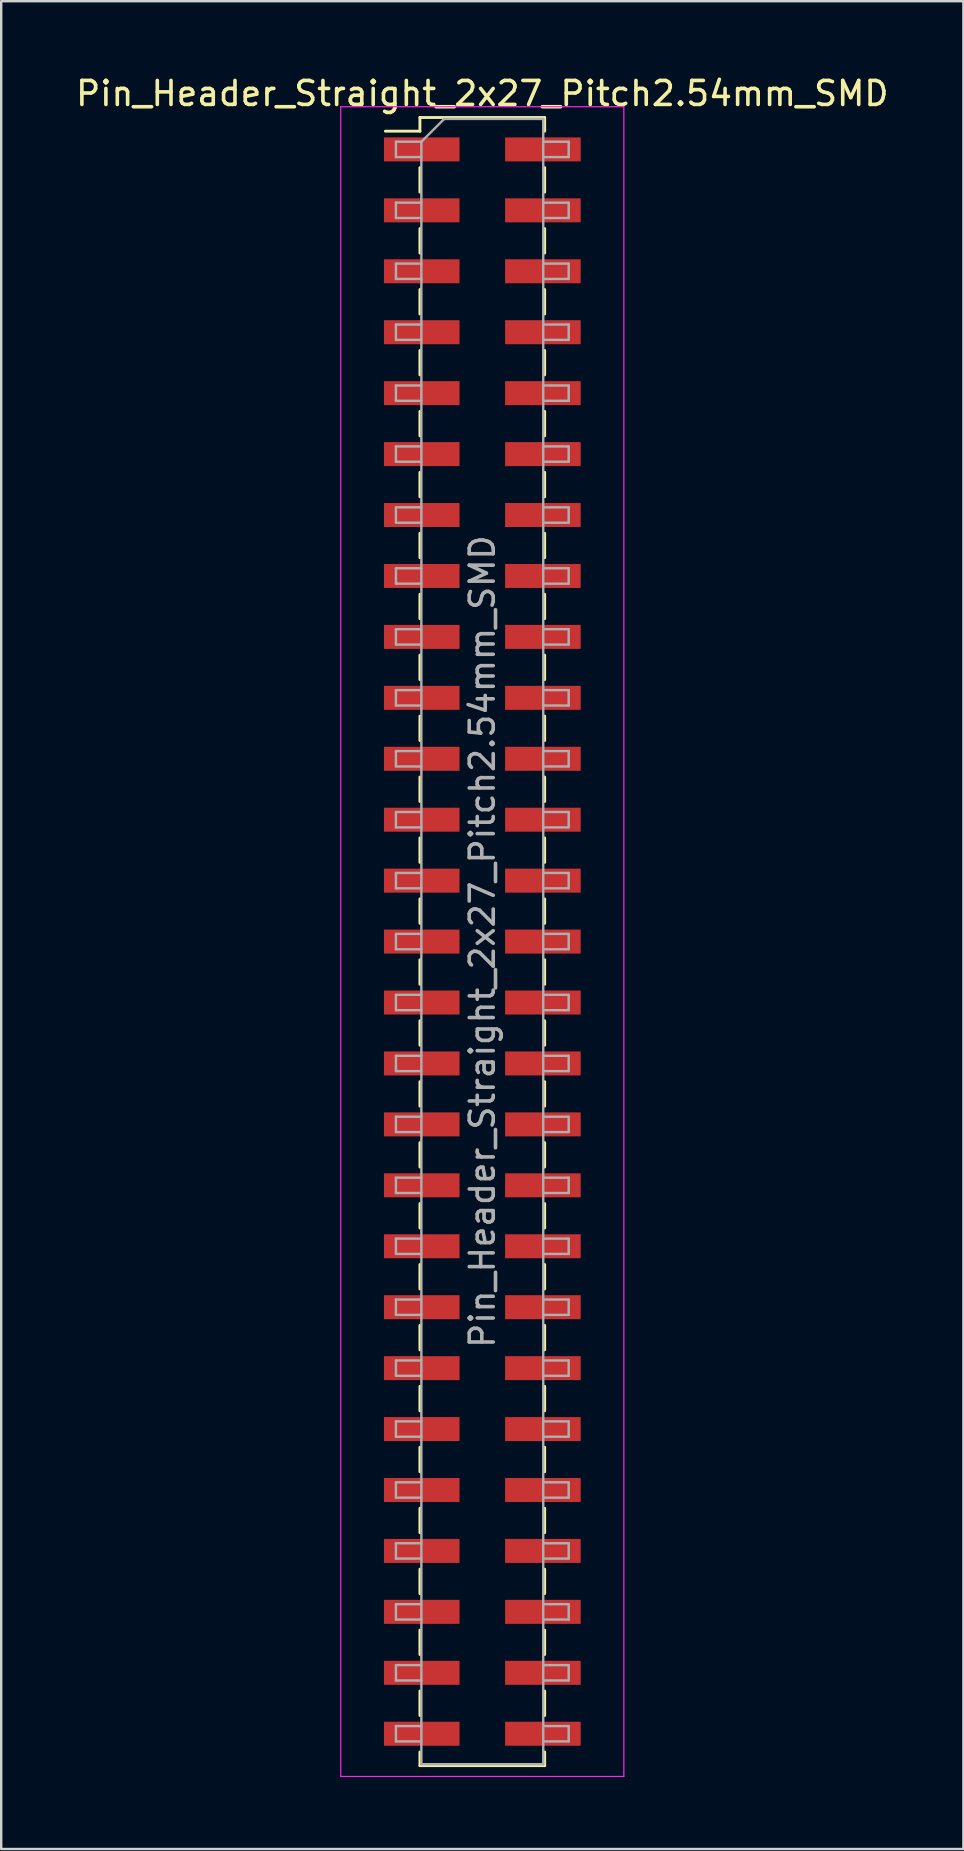
<source format=kicad_pcb>
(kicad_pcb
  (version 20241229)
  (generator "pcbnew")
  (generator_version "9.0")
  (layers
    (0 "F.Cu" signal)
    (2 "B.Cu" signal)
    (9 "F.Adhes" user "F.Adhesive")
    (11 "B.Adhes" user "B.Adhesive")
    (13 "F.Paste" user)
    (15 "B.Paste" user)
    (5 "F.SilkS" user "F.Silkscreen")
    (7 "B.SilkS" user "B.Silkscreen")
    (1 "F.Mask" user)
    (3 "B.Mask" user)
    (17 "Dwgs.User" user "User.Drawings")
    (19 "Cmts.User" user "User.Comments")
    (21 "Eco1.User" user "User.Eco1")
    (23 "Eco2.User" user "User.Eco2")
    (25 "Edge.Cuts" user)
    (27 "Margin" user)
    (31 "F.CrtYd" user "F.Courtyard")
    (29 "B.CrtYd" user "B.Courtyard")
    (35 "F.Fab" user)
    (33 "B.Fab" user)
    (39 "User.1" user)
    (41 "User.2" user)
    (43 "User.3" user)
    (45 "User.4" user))
  (footprint "Pin_Header_Straight_2x27_Pitch2.54mm_SMD"
    (layer "F.Cu")
    (at 17.054 36.198)
    (property "Reference" "Pin_Header_Straight_2x27_Pitch2.54mm_SMD" (at 0 -35.35 0) (layer "F.SilkS") (effects (font (size 1 1) (thickness 0.15))))
    (attr smd)
    (fp_line (start -4.04 -33.78) (end -2.6 -33.78) (stroke (width 0.12) (type solid)) (layer "F.SilkS"))
    (fp_line (start -2.6 -34.35) (end -2.6 -33.78) (stroke (width 0.12) (type solid)) (layer "F.SilkS"))
    (fp_line (start -2.6 -34.35) (end 2.6 -34.35) (stroke (width 0.12) (type solid)) (layer "F.SilkS"))
    (fp_line (start -2.6 -32.26) (end -2.6 -31.24) (stroke (width 0.12) (type solid)) (layer "F.SilkS"))
    (fp_line (start -2.6 -29.72) (end -2.6 -28.7) (stroke (width 0.12) (type solid)) (layer "F.SilkS"))
    (fp_line (start -2.6 -27.18) (end -2.6 -26.16) (stroke (width 0.12) (type solid)) (layer "F.SilkS"))
    (fp_line (start -2.6 -24.64) (end -2.6 -23.62) (stroke (width 0.12) (type solid)) (layer "F.SilkS"))
    (fp_line (start -2.6 -22.1) (end -2.6 -21.08) (stroke (width 0.12) (type solid)) (layer "F.SilkS"))
    (fp_line (start -2.6 -19.56) (end -2.6 -18.54) (stroke (width 0.12) (type solid)) (layer "F.SilkS"))
    (fp_line (start -2.6 -17.02) (end -2.6 -16) (stroke (width 0.12) (type solid)) (layer "F.SilkS"))
    (fp_line (start -2.6 -14.48) (end -2.6 -13.46) (stroke (width 0.12) (type solid)) (layer "F.SilkS"))
    (fp_line (start -2.6 -11.94) (end -2.6 -10.92) (stroke (width 0.12) (type solid)) (layer "F.SilkS"))
    (fp_line (start -2.6 -9.4) (end -2.6 -8.38) (stroke (width 0.12) (type solid)) (layer "F.SilkS"))
    (fp_line (start -2.6 -6.86) (end -2.6 -5.84) (stroke (width 0.12) (type solid)) (layer "F.SilkS"))
    (fp_line (start -2.6 -4.32) (end -2.6 -3.3) (stroke (width 0.12) (type solid)) (layer "F.SilkS"))
    (fp_line (start -2.6 -1.78) (end -2.6 -0.76) (stroke (width 0.12) (type solid)) (layer "F.SilkS"))
    (fp_line (start -2.6 0.76) (end -2.6 1.78) (stroke (width 0.12) (type solid)) (layer "F.SilkS"))
    (fp_line (start -2.6 3.3) (end -2.6 4.32) (stroke (width 0.12) (type solid)) (layer "F.SilkS"))
    (fp_line (start -2.6 5.84) (end -2.6 6.86) (stroke (width 0.12) (type solid)) (layer "F.SilkS"))
    (fp_line (start -2.6 8.38) (end -2.6 9.4) (stroke (width 0.12) (type solid)) (layer "F.SilkS"))
    (fp_line (start -2.6 10.92) (end -2.6 11.94) (stroke (width 0.12) (type solid)) (layer "F.SilkS"))
    (fp_line (start -2.6 13.46) (end -2.6 14.48) (stroke (width 0.12) (type solid)) (layer "F.SilkS"))
    (fp_line (start -2.6 16) (end -2.6 17.02) (stroke (width 0.12) (type solid)) (layer "F.SilkS"))
    (fp_line (start -2.6 18.54) (end -2.6 19.56) (stroke (width 0.12) (type solid)) (layer "F.SilkS"))
    (fp_line (start -2.6 21.08) (end -2.6 22.1) (stroke (width 0.12) (type solid)) (layer "F.SilkS"))
    (fp_line (start -2.6 23.62) (end -2.6 24.64) (stroke (width 0.12) (type solid)) (layer "F.SilkS"))
    (fp_line (start -2.6 26.16) (end -2.6 27.18) (stroke (width 0.12) (type solid)) (layer "F.SilkS"))
    (fp_line (start -2.6 28.7) (end -2.6 29.72) (stroke (width 0.12) (type solid)) (layer "F.SilkS"))
    (fp_line (start -2.6 31.24) (end -2.6 32.26) (stroke (width 0.12) (type solid)) (layer "F.SilkS"))
    (fp_line (start -2.6 33.78) (end -2.6 34.35) (stroke (width 0.12) (type solid)) (layer "F.SilkS"))
    (fp_line (start -2.6 34.35) (end 2.6 34.35) (stroke (width 0.12) (type solid)) (layer "F.SilkS"))
    (fp_line (start 2.6 -34.35) (end 2.6 -33.78) (stroke (width 0.12) (type solid)) (layer "F.SilkS"))
    (fp_line (start 2.6 -32.26) (end 2.6 -31.24) (stroke (width 0.12) (type solid)) (layer "F.SilkS"))
    (fp_line (start 2.6 -29.72) (end 2.6 -28.7) (stroke (width 0.12) (type solid)) (layer "F.SilkS"))
    (fp_line (start 2.6 -27.18) (end 2.6 -26.16) (stroke (width 0.12) (type solid)) (layer "F.SilkS"))
    (fp_line (start 2.6 -24.64) (end 2.6 -23.62) (stroke (width 0.12) (type solid)) (layer "F.SilkS"))
    (fp_line (start 2.6 -22.1) (end 2.6 -21.08) (stroke (width 0.12) (type solid)) (layer "F.SilkS"))
    (fp_line (start 2.6 -19.56) (end 2.6 -18.54) (stroke (width 0.12) (type solid)) (layer "F.SilkS"))
    (fp_line (start 2.6 -17.02) (end 2.6 -16) (stroke (width 0.12) (type solid)) (layer "F.SilkS"))
    (fp_line (start 2.6 -14.48) (end 2.6 -13.46) (stroke (width 0.12) (type solid)) (layer "F.SilkS"))
    (fp_line (start 2.6 -11.94) (end 2.6 -10.92) (stroke (width 0.12) (type solid)) (layer "F.SilkS"))
    (fp_line (start 2.6 -9.4) (end 2.6 -8.38) (stroke (width 0.12) (type solid)) (layer "F.SilkS"))
    (fp_line (start 2.6 -6.86) (end 2.6 -5.84) (stroke (width 0.12) (type solid)) (layer "F.SilkS"))
    (fp_line (start 2.6 -4.32) (end 2.6 -3.3) (stroke (width 0.12) (type solid)) (layer "F.SilkS"))
    (fp_line (start 2.6 -1.78) (end 2.6 -0.76) (stroke (width 0.12) (type solid)) (layer "F.SilkS"))
    (fp_line (start 2.6 0.76) (end 2.6 1.78) (stroke (width 0.12) (type solid)) (layer "F.SilkS"))
    (fp_line (start 2.6 3.3) (end 2.6 4.32) (stroke (width 0.12) (type solid)) (layer "F.SilkS"))
    (fp_line (start 2.6 5.84) (end 2.6 6.86) (stroke (width 0.12) (type solid)) (layer "F.SilkS"))
    (fp_line (start 2.6 8.38) (end 2.6 9.4) (stroke (width 0.12) (type solid)) (layer "F.SilkS"))
    (fp_line (start 2.6 10.92) (end 2.6 11.94) (stroke (width 0.12) (type solid)) (layer "F.SilkS"))
    (fp_line (start 2.6 13.46) (end 2.6 14.48) (stroke (width 0.12) (type solid)) (layer "F.SilkS"))
    (fp_line (start 2.6 16) (end 2.6 17.02) (stroke (width 0.12) (type solid)) (layer "F.SilkS"))
    (fp_line (start 2.6 18.54) (end 2.6 19.56) (stroke (width 0.12) (type solid)) (layer "F.SilkS"))
    (fp_line (start 2.6 21.08) (end 2.6 22.1) (stroke (width 0.12) (type solid)) (layer "F.SilkS"))
    (fp_line (start 2.6 23.62) (end 2.6 24.64) (stroke (width 0.12) (type solid)) (layer "F.SilkS"))
    (fp_line (start 2.6 26.16) (end 2.6 27.18) (stroke (width 0.12) (type solid)) (layer "F.SilkS"))
    (fp_line (start 2.6 28.7) (end 2.6 29.72) (stroke (width 0.12) (type solid)) (layer "F.SilkS"))
    (fp_line (start 2.6 31.24) (end 2.6 32.26) (stroke (width 0.12) (type solid)) (layer "F.SilkS"))
    (fp_line (start 2.6 33.78) (end 2.6 34.35) (stroke (width 0.12) (type solid)) (layer "F.SilkS"))
    (fp_line (start -5.9 -34.8) (end -5.9 34.8) (stroke (width 0.05) (type solid)) (layer "F.CrtYd"))
    (fp_line (start -5.9 34.8) (end 5.9 34.8) (stroke (width 0.05) (type solid)) (layer "F.CrtYd"))
    (fp_line (start 5.9 -34.8) (end -5.9 -34.8) (stroke (width 0.05) (type solid)) (layer "F.CrtYd"))
    (fp_line (start 5.9 34.8) (end 5.9 -34.8) (stroke (width 0.05) (type solid)) (layer "F.CrtYd"))
    (fp_line (start -3.6 -33.34) (end -3.6 -32.7) (stroke (width 0.1) (type solid)) (layer "F.Fab"))
    (fp_line (start -3.6 -32.7) (end -2.54 -32.7) (stroke (width 0.1) (type solid)) (layer "F.Fab"))
    (fp_line (start -3.6 -30.8) (end -3.6 -30.16) (stroke (width 0.1) (type solid)) (layer "F.Fab"))
    (fp_line (start -3.6 -30.16) (end -2.54 -30.16) (stroke (width 0.1) (type solid)) (layer "F.Fab"))
    (fp_line (start -3.6 -28.26) (end -3.6 -27.62) (stroke (width 0.1) (type solid)) (layer "F.Fab"))
    (fp_line (start -3.6 -27.62) (end -2.54 -27.62) (stroke (width 0.1) (type solid)) (layer "F.Fab"))
    (fp_line (start -3.6 -25.72) (end -3.6 -25.08) (stroke (width 0.1) (type solid)) (layer "F.Fab"))
    (fp_line (start -3.6 -25.08) (end -2.54 -25.08) (stroke (width 0.1) (type solid)) (layer "F.Fab"))
    (fp_line (start -3.6 -23.18) (end -3.6 -22.54) (stroke (width 0.1) (type solid)) (layer "F.Fab"))
    (fp_line (start -3.6 -22.54) (end -2.54 -22.54) (stroke (width 0.1) (type solid)) (layer "F.Fab"))
    (fp_line (start -3.6 -20.64) (end -3.6 -20) (stroke (width 0.1) (type solid)) (layer "F.Fab"))
    (fp_line (start -3.6 -20) (end -2.54 -20) (stroke (width 0.1) (type solid)) (layer "F.Fab"))
    (fp_line (start -3.6 -18.1) (end -3.6 -17.46) (stroke (width 0.1) (type solid)) (layer "F.Fab"))
    (fp_line (start -3.6 -17.46) (end -2.54 -17.46) (stroke (width 0.1) (type solid)) (layer "F.Fab"))
    (fp_line (start -3.6 -15.56) (end -3.6 -14.92) (stroke (width 0.1) (type solid)) (layer "F.Fab"))
    (fp_line (start -3.6 -14.92) (end -2.54 -14.92) (stroke (width 0.1) (type solid)) (layer "F.Fab"))
    (fp_line (start -3.6 -13.02) (end -3.6 -12.38) (stroke (width 0.1) (type solid)) (layer "F.Fab"))
    (fp_line (start -3.6 -12.38) (end -2.54 -12.38) (stroke (width 0.1) (type solid)) (layer "F.Fab"))
    (fp_line (start -3.6 -10.48) (end -3.6 -9.84) (stroke (width 0.1) (type solid)) (layer "F.Fab"))
    (fp_line (start -3.6 -9.84) (end -2.54 -9.84) (stroke (width 0.1) (type solid)) (layer "F.Fab"))
    (fp_line (start -3.6 -7.94) (end -3.6 -7.3) (stroke (width 0.1) (type solid)) (layer "F.Fab"))
    (fp_line (start -3.6 -7.3) (end -2.54 -7.3) (stroke (width 0.1) (type solid)) (layer "F.Fab"))
    (fp_line (start -3.6 -5.4) (end -3.6 -4.76) (stroke (width 0.1) (type solid)) (layer "F.Fab"))
    (fp_line (start -3.6 -4.76) (end -2.54 -4.76) (stroke (width 0.1) (type solid)) (layer "F.Fab"))
    (fp_line (start -3.6 -2.86) (end -3.6 -2.22) (stroke (width 0.1) (type solid)) (layer "F.Fab"))
    (fp_line (start -3.6 -2.22) (end -2.54 -2.22) (stroke (width 0.1) (type solid)) (layer "F.Fab"))
    (fp_line (start -3.6 -0.32) (end -3.6 0.32) (stroke (width 0.1) (type solid)) (layer "F.Fab"))
    (fp_line (start -3.6 0.32) (end -2.54 0.32) (stroke (width 0.1) (type solid)) (layer "F.Fab"))
    (fp_line (start -3.6 2.22) (end -3.6 2.86) (stroke (width 0.1) (type solid)) (layer "F.Fab"))
    (fp_line (start -3.6 2.86) (end -2.54 2.86) (stroke (width 0.1) (type solid)) (layer "F.Fab"))
    (fp_line (start -3.6 4.76) (end -3.6 5.4) (stroke (width 0.1) (type solid)) (layer "F.Fab"))
    (fp_line (start -3.6 5.4) (end -2.54 5.4) (stroke (width 0.1) (type solid)) (layer "F.Fab"))
    (fp_line (start -3.6 7.3) (end -3.6 7.94) (stroke (width 0.1) (type solid)) (layer "F.Fab"))
    (fp_line (start -3.6 7.94) (end -2.54 7.94) (stroke (width 0.1) (type solid)) (layer "F.Fab"))
    (fp_line (start -3.6 9.84) (end -3.6 10.48) (stroke (width 0.1) (type solid)) (layer "F.Fab"))
    (fp_line (start -3.6 10.48) (end -2.54 10.48) (stroke (width 0.1) (type solid)) (layer "F.Fab"))
    (fp_line (start -3.6 12.38) (end -3.6 13.02) (stroke (width 0.1) (type solid)) (layer "F.Fab"))
    (fp_line (start -3.6 13.02) (end -2.54 13.02) (stroke (width 0.1) (type solid)) (layer "F.Fab"))
    (fp_line (start -3.6 14.92) (end -3.6 15.56) (stroke (width 0.1) (type solid)) (layer "F.Fab"))
    (fp_line (start -3.6 15.56) (end -2.54 15.56) (stroke (width 0.1) (type solid)) (layer "F.Fab"))
    (fp_line (start -3.6 17.46) (end -3.6 18.1) (stroke (width 0.1) (type solid)) (layer "F.Fab"))
    (fp_line (start -3.6 18.1) (end -2.54 18.1) (stroke (width 0.1) (type solid)) (layer "F.Fab"))
    (fp_line (start -3.6 20) (end -3.6 20.64) (stroke (width 0.1) (type solid)) (layer "F.Fab"))
    (fp_line (start -3.6 20.64) (end -2.54 20.64) (stroke (width 0.1) (type solid)) (layer "F.Fab"))
    (fp_line (start -3.6 22.54) (end -3.6 23.18) (stroke (width 0.1) (type solid)) (layer "F.Fab"))
    (fp_line (start -3.6 23.18) (end -2.54 23.18) (stroke (width 0.1) (type solid)) (layer "F.Fab"))
    (fp_line (start -3.6 25.08) (end -3.6 25.72) (stroke (width 0.1) (type solid)) (layer "F.Fab"))
    (fp_line (start -3.6 25.72) (end -2.54 25.72) (stroke (width 0.1) (type solid)) (layer "F.Fab"))
    (fp_line (start -3.6 27.62) (end -3.6 28.26) (stroke (width 0.1) (type solid)) (layer "F.Fab"))
    (fp_line (start -3.6 28.26) (end -2.54 28.26) (stroke (width 0.1) (type solid)) (layer "F.Fab"))
    (fp_line (start -3.6 30.16) (end -3.6 30.8) (stroke (width 0.1) (type solid)) (layer "F.Fab"))
    (fp_line (start -3.6 30.8) (end -2.54 30.8) (stroke (width 0.1) (type solid)) (layer "F.Fab"))
    (fp_line (start -3.6 32.7) (end -3.6 33.34) (stroke (width 0.1) (type solid)) (layer "F.Fab"))
    (fp_line (start -3.6 33.34) (end -2.54 33.34) (stroke (width 0.1) (type solid)) (layer "F.Fab"))
    (fp_line (start -2.54 -33.34) (end -3.6 -33.34) (stroke (width 0.1) (type solid)) (layer "F.Fab"))
    (fp_line (start -2.54 -33.34) (end -1.59 -34.29) (stroke (width 0.1) (type solid)) (layer "F.Fab"))
    (fp_line (start -2.54 -30.8) (end -3.6 -30.8) (stroke (width 0.1) (type solid)) (layer "F.Fab"))
    (fp_line (start -2.54 -28.26) (end -3.6 -28.26) (stroke (width 0.1) (type solid)) (layer "F.Fab"))
    (fp_line (start -2.54 -25.72) (end -3.6 -25.72) (stroke (width 0.1) (type solid)) (layer "F.Fab"))
    (fp_line (start -2.54 -23.18) (end -3.6 -23.18) (stroke (width 0.1) (type solid)) (layer "F.Fab"))
    (fp_line (start -2.54 -20.64) (end -3.6 -20.64) (stroke (width 0.1) (type solid)) (layer "F.Fab"))
    (fp_line (start -2.54 -18.1) (end -3.6 -18.1) (stroke (width 0.1) (type solid)) (layer "F.Fab"))
    (fp_line (start -2.54 -15.56) (end -3.6 -15.56) (stroke (width 0.1) (type solid)) (layer "F.Fab"))
    (fp_line (start -2.54 -13.02) (end -3.6 -13.02) (stroke (width 0.1) (type solid)) (layer "F.Fab"))
    (fp_line (start -2.54 -10.48) (end -3.6 -10.48) (stroke (width 0.1) (type solid)) (layer "F.Fab"))
    (fp_line (start -2.54 -7.94) (end -3.6 -7.94) (stroke (width 0.1) (type solid)) (layer "F.Fab"))
    (fp_line (start -2.54 -5.4) (end -3.6 -5.4) (stroke (width 0.1) (type solid)) (layer "F.Fab"))
    (fp_line (start -2.54 -2.86) (end -3.6 -2.86) (stroke (width 0.1) (type solid)) (layer "F.Fab"))
    (fp_line (start -2.54 -0.32) (end -3.6 -0.32) (stroke (width 0.1) (type solid)) (layer "F.Fab"))
    (fp_line (start -2.54 2.22) (end -3.6 2.22) (stroke (width 0.1) (type solid)) (layer "F.Fab"))
    (fp_line (start -2.54 4.76) (end -3.6 4.76) (stroke (width 0.1) (type solid)) (layer "F.Fab"))
    (fp_line (start -2.54 7.3) (end -3.6 7.3) (stroke (width 0.1) (type solid)) (layer "F.Fab"))
    (fp_line (start -2.54 9.84) (end -3.6 9.84) (stroke (width 0.1) (type solid)) (layer "F.Fab"))
    (fp_line (start -2.54 12.38) (end -3.6 12.38) (stroke (width 0.1) (type solid)) (layer "F.Fab"))
    (fp_line (start -2.54 14.92) (end -3.6 14.92) (stroke (width 0.1) (type solid)) (layer "F.Fab"))
    (fp_line (start -2.54 17.46) (end -3.6 17.46) (stroke (width 0.1) (type solid)) (layer "F.Fab"))
    (fp_line (start -2.54 20) (end -3.6 20) (stroke (width 0.1) (type solid)) (layer "F.Fab"))
    (fp_line (start -2.54 22.54) (end -3.6 22.54) (stroke (width 0.1) (type solid)) (layer "F.Fab"))
    (fp_line (start -2.54 25.08) (end -3.6 25.08) (stroke (width 0.1) (type solid)) (layer "F.Fab"))
    (fp_line (start -2.54 27.62) (end -3.6 27.62) (stroke (width 0.1) (type solid)) (layer "F.Fab"))
    (fp_line (start -2.54 30.16) (end -3.6 30.16) (stroke (width 0.1) (type solid)) (layer "F.Fab"))
    (fp_line (start -2.54 32.7) (end -3.6 32.7) (stroke (width 0.1) (type solid)) (layer "F.Fab"))
    (fp_line (start -2.54 34.29) (end -2.54 -33.34) (stroke (width 0.1) (type solid)) (layer "F.Fab"))
    (fp_line (start -1.59 -34.29) (end 2.54 -34.29) (stroke (width 0.1) (type solid)) (layer "F.Fab"))
    (fp_line (start 2.54 -34.29) (end 2.54 34.29) (stroke (width 0.1) (type solid)) (layer "F.Fab"))
    (fp_line (start 2.54 -33.34) (end 3.6 -33.34) (stroke (width 0.1) (type solid)) (layer "F.Fab"))
    (fp_line (start 2.54 -30.8) (end 3.6 -30.8) (stroke (width 0.1) (type solid)) (layer "F.Fab"))
    (fp_line (start 2.54 -28.26) (end 3.6 -28.26) (stroke (width 0.1) (type solid)) (layer "F.Fab"))
    (fp_line (start 2.54 -25.72) (end 3.6 -25.72) (stroke (width 0.1) (type solid)) (layer "F.Fab"))
    (fp_line (start 2.54 -23.18) (end 3.6 -23.18) (stroke (width 0.1) (type solid)) (layer "F.Fab"))
    (fp_line (start 2.54 -20.64) (end 3.6 -20.64) (stroke (width 0.1) (type solid)) (layer "F.Fab"))
    (fp_line (start 2.54 -18.1) (end 3.6 -18.1) (stroke (width 0.1) (type solid)) (layer "F.Fab"))
    (fp_line (start 2.54 -15.56) (end 3.6 -15.56) (stroke (width 0.1) (type solid)) (layer "F.Fab"))
    (fp_line (start 2.54 -13.02) (end 3.6 -13.02) (stroke (width 0.1) (type solid)) (layer "F.Fab"))
    (fp_line (start 2.54 -10.48) (end 3.6 -10.48) (stroke (width 0.1) (type solid)) (layer "F.Fab"))
    (fp_line (start 2.54 -7.94) (end 3.6 -7.94) (stroke (width 0.1) (type solid)) (layer "F.Fab"))
    (fp_line (start 2.54 -5.4) (end 3.6 -5.4) (stroke (width 0.1) (type solid)) (layer "F.Fab"))
    (fp_line (start 2.54 -2.86) (end 3.6 -2.86) (stroke (width 0.1) (type solid)) (layer "F.Fab"))
    (fp_line (start 2.54 -0.32) (end 3.6 -0.32) (stroke (width 0.1) (type solid)) (layer "F.Fab"))
    (fp_line (start 2.54 2.22) (end 3.6 2.22) (stroke (width 0.1) (type solid)) (layer "F.Fab"))
    (fp_line (start 2.54 4.76) (end 3.6 4.76) (stroke (width 0.1) (type solid)) (layer "F.Fab"))
    (fp_line (start 2.54 7.3) (end 3.6 7.3) (stroke (width 0.1) (type solid)) (layer "F.Fab"))
    (fp_line (start 2.54 9.84) (end 3.6 9.84) (stroke (width 0.1) (type solid)) (layer "F.Fab"))
    (fp_line (start 2.54 12.38) (end 3.6 12.38) (stroke (width 0.1) (type solid)) (layer "F.Fab"))
    (fp_line (start 2.54 14.92) (end 3.6 14.92) (stroke (width 0.1) (type solid)) (layer "F.Fab"))
    (fp_line (start 2.54 17.46) (end 3.6 17.46) (stroke (width 0.1) (type solid)) (layer "F.Fab"))
    (fp_line (start 2.54 20) (end 3.6 20) (stroke (width 0.1) (type solid)) (layer "F.Fab"))
    (fp_line (start 2.54 22.54) (end 3.6 22.54) (stroke (width 0.1) (type solid)) (layer "F.Fab"))
    (fp_line (start 2.54 25.08) (end 3.6 25.08) (stroke (width 0.1) (type solid)) (layer "F.Fab"))
    (fp_line (start 2.54 27.62) (end 3.6 27.62) (stroke (width 0.1) (type solid)) (layer "F.Fab"))
    (fp_line (start 2.54 30.16) (end 3.6 30.16) (stroke (width 0.1) (type solid)) (layer "F.Fab"))
    (fp_line (start 2.54 32.7) (end 3.6 32.7) (stroke (width 0.1) (type solid)) (layer "F.Fab"))
    (fp_line (start 2.54 34.29) (end -2.54 34.29) (stroke (width 0.1) (type solid)) (layer "F.Fab"))
    (fp_line (start 3.6 -33.34) (end 3.6 -32.7) (stroke (width 0.1) (type solid)) (layer "F.Fab"))
    (fp_line (start 3.6 -32.7) (end 2.54 -32.7) (stroke (width 0.1) (type solid)) (layer "F.Fab"))
    (fp_line (start 3.6 -30.8) (end 3.6 -30.16) (stroke (width 0.1) (type solid)) (layer "F.Fab"))
    (fp_line (start 3.6 -30.16) (end 2.54 -30.16) (stroke (width 0.1) (type solid)) (layer "F.Fab"))
    (fp_line (start 3.6 -28.26) (end 3.6 -27.62) (stroke (width 0.1) (type solid)) (layer "F.Fab"))
    (fp_line (start 3.6 -27.62) (end 2.54 -27.62) (stroke (width 0.1) (type solid)) (layer "F.Fab"))
    (fp_line (start 3.6 -25.72) (end 3.6 -25.08) (stroke (width 0.1) (type solid)) (layer "F.Fab"))
    (fp_line (start 3.6 -25.08) (end 2.54 -25.08) (stroke (width 0.1) (type solid)) (layer "F.Fab"))
    (fp_line (start 3.6 -23.18) (end 3.6 -22.54) (stroke (width 0.1) (type solid)) (layer "F.Fab"))
    (fp_line (start 3.6 -22.54) (end 2.54 -22.54) (stroke (width 0.1) (type solid)) (layer "F.Fab"))
    (fp_line (start 3.6 -20.64) (end 3.6 -20) (stroke (width 0.1) (type solid)) (layer "F.Fab"))
    (fp_line (start 3.6 -20) (end 2.54 -20) (stroke (width 0.1) (type solid)) (layer "F.Fab"))
    (fp_line (start 3.6 -18.1) (end 3.6 -17.46) (stroke (width 0.1) (type solid)) (layer "F.Fab"))
    (fp_line (start 3.6 -17.46) (end 2.54 -17.46) (stroke (width 0.1) (type solid)) (layer "F.Fab"))
    (fp_line (start 3.6 -15.56) (end 3.6 -14.92) (stroke (width 0.1) (type solid)) (layer "F.Fab"))
    (fp_line (start 3.6 -14.92) (end 2.54 -14.92) (stroke (width 0.1) (type solid)) (layer "F.Fab"))
    (fp_line (start 3.6 -13.02) (end 3.6 -12.38) (stroke (width 0.1) (type solid)) (layer "F.Fab"))
    (fp_line (start 3.6 -12.38) (end 2.54 -12.38) (stroke (width 0.1) (type solid)) (layer "F.Fab"))
    (fp_line (start 3.6 -10.48) (end 3.6 -9.84) (stroke (width 0.1) (type solid)) (layer "F.Fab"))
    (fp_line (start 3.6 -9.84) (end 2.54 -9.84) (stroke (width 0.1) (type solid)) (layer "F.Fab"))
    (fp_line (start 3.6 -7.94) (end 3.6 -7.3) (stroke (width 0.1) (type solid)) (layer "F.Fab"))
    (fp_line (start 3.6 -7.3) (end 2.54 -7.3) (stroke (width 0.1) (type solid)) (layer "F.Fab"))
    (fp_line (start 3.6 -5.4) (end 3.6 -4.76) (stroke (width 0.1) (type solid)) (layer "F.Fab"))
    (fp_line (start 3.6 -4.76) (end 2.54 -4.76) (stroke (width 0.1) (type solid)) (layer "F.Fab"))
    (fp_line (start 3.6 -2.86) (end 3.6 -2.22) (stroke (width 0.1) (type solid)) (layer "F.Fab"))
    (fp_line (start 3.6 -2.22) (end 2.54 -2.22) (stroke (width 0.1) (type solid)) (layer "F.Fab"))
    (fp_line (start 3.6 -0.32) (end 3.6 0.32) (stroke (width 0.1) (type solid)) (layer "F.Fab"))
    (fp_line (start 3.6 0.32) (end 2.54 0.32) (stroke (width 0.1) (type solid)) (layer "F.Fab"))
    (fp_line (start 3.6 2.22) (end 3.6 2.86) (stroke (width 0.1) (type solid)) (layer "F.Fab"))
    (fp_line (start 3.6 2.86) (end 2.54 2.86) (stroke (width 0.1) (type solid)) (layer "F.Fab"))
    (fp_line (start 3.6 4.76) (end 3.6 5.4) (stroke (width 0.1) (type solid)) (layer "F.Fab"))
    (fp_line (start 3.6 5.4) (end 2.54 5.4) (stroke (width 0.1) (type solid)) (layer "F.Fab"))
    (fp_line (start 3.6 7.3) (end 3.6 7.94) (stroke (width 0.1) (type solid)) (layer "F.Fab"))
    (fp_line (start 3.6 7.94) (end 2.54 7.94) (stroke (width 0.1) (type solid)) (layer "F.Fab"))
    (fp_line (start 3.6 9.84) (end 3.6 10.48) (stroke (width 0.1) (type solid)) (layer "F.Fab"))
    (fp_line (start 3.6 10.48) (end 2.54 10.48) (stroke (width 0.1) (type solid)) (layer "F.Fab"))
    (fp_line (start 3.6 12.38) (end 3.6 13.02) (stroke (width 0.1) (type solid)) (layer "F.Fab"))
    (fp_line (start 3.6 13.02) (end 2.54 13.02) (stroke (width 0.1) (type solid)) (layer "F.Fab"))
    (fp_line (start 3.6 14.92) (end 3.6 15.56) (stroke (width 0.1) (type solid)) (layer "F.Fab"))
    (fp_line (start 3.6 15.56) (end 2.54 15.56) (stroke (width 0.1) (type solid)) (layer "F.Fab"))
    (fp_line (start 3.6 17.46) (end 3.6 18.1) (stroke (width 0.1) (type solid)) (layer "F.Fab"))
    (fp_line (start 3.6 18.1) (end 2.54 18.1) (stroke (width 0.1) (type solid)) (layer "F.Fab"))
    (fp_line (start 3.6 20) (end 3.6 20.64) (stroke (width 0.1) (type solid)) (layer "F.Fab"))
    (fp_line (start 3.6 20.64) (end 2.54 20.64) (stroke (width 0.1) (type solid)) (layer "F.Fab"))
    (fp_line (start 3.6 22.54) (end 3.6 23.18) (stroke (width 0.1) (type solid)) (layer "F.Fab"))
    (fp_line (start 3.6 23.18) (end 2.54 23.18) (stroke (width 0.1) (type solid)) (layer "F.Fab"))
    (fp_line (start 3.6 25.08) (end 3.6 25.72) (stroke (width 0.1) (type solid)) (layer "F.Fab"))
    (fp_line (start 3.6 25.72) (end 2.54 25.72) (stroke (width 0.1) (type solid)) (layer "F.Fab"))
    (fp_line (start 3.6 27.62) (end 3.6 28.26) (stroke (width 0.1) (type solid)) (layer "F.Fab"))
    (fp_line (start 3.6 28.26) (end 2.54 28.26) (stroke (width 0.1) (type solid)) (layer "F.Fab"))
    (fp_line (start 3.6 30.16) (end 3.6 30.8) (stroke (width 0.1) (type solid)) (layer "F.Fab"))
    (fp_line (start 3.6 30.8) (end 2.54 30.8) (stroke (width 0.1) (type solid)) (layer "F.Fab"))
    (fp_line (start 3.6 32.7) (end 3.6 33.34) (stroke (width 0.1) (type solid)) (layer "F.Fab"))
    (fp_line (start 3.6 33.34) (end 2.54 33.34) (stroke (width 0.1) (type solid)) (layer "F.Fab"))
    (fp_text user "${REFERENCE}" (at 0 0 90) (layer "F.Fab") (effects (font (size 1 1) (thickness 0.15))))
    (pad "1" smd rect (at -2.525 -33.02) (size 3.15 1) (layers "F.Cu" "F.Mask" "F.Paste"))
    (pad "2" smd rect (at 2.525 -33.02) (size 3.15 1) (layers "F.Cu" "F.Mask" "F.Paste"))
    (pad "3" smd rect (at -2.525 -30.48) (size 3.15 1) (layers "F.Cu" "F.Mask" "F.Paste"))
    (pad "4" smd rect (at 2.525 -30.48) (size 3.15 1) (layers "F.Cu" "F.Mask" "F.Paste"))
    (pad "5" smd rect (at -2.525 -27.94) (size 3.15 1) (layers "F.Cu" "F.Mask" "F.Paste"))
    (pad "6" smd rect (at 2.525 -27.94) (size 3.15 1) (layers "F.Cu" "F.Mask" "F.Paste"))
    (pad "7" smd rect (at -2.525 -25.4) (size 3.15 1) (layers "F.Cu" "F.Mask" "F.Paste"))
    (pad "8" smd rect (at 2.525 -25.4) (size 3.15 1) (layers "F.Cu" "F.Mask" "F.Paste"))
    (pad "9" smd rect (at -2.525 -22.86) (size 3.15 1) (layers "F.Cu" "F.Mask" "F.Paste"))
    (pad "10" smd rect (at 2.525 -22.86) (size 3.15 1) (layers "F.Cu" "F.Mask" "F.Paste"))
    (pad "11" smd rect (at -2.525 -20.32) (size 3.15 1) (layers "F.Cu" "F.Mask" "F.Paste"))
    (pad "12" smd rect (at 2.525 -20.32) (size 3.15 1) (layers "F.Cu" "F.Mask" "F.Paste"))
    (pad "13" smd rect (at -2.525 -17.78) (size 3.15 1) (layers "F.Cu" "F.Mask" "F.Paste"))
    (pad "14" smd rect (at 2.525 -17.78) (size 3.15 1) (layers "F.Cu" "F.Mask" "F.Paste"))
    (pad "15" smd rect (at -2.525 -15.24) (size 3.15 1) (layers "F.Cu" "F.Mask" "F.Paste"))
    (pad "16" smd rect (at 2.525 -15.24) (size 3.15 1) (layers "F.Cu" "F.Mask" "F.Paste"))
    (pad "17" smd rect (at -2.525 -12.7) (size 3.15 1) (layers "F.Cu" "F.Mask" "F.Paste"))
    (pad "18" smd rect (at 2.525 -12.7) (size 3.15 1) (layers "F.Cu" "F.Mask" "F.Paste"))
    (pad "19" smd rect (at -2.525 -10.16) (size 3.15 1) (layers "F.Cu" "F.Mask" "F.Paste"))
    (pad "20" smd rect (at 2.525 -10.16) (size 3.15 1) (layers "F.Cu" "F.Mask" "F.Paste"))
    (pad "21" smd rect (at -2.525 -7.62) (size 3.15 1) (layers "F.Cu" "F.Mask" "F.Paste"))
    (pad "22" smd rect (at 2.525 -7.62) (size 3.15 1) (layers "F.Cu" "F.Mask" "F.Paste"))
    (pad "23" smd rect (at -2.525 -5.08) (size 3.15 1) (layers "F.Cu" "F.Mask" "F.Paste"))
    (pad "24" smd rect (at 2.525 -5.08) (size 3.15 1) (layers "F.Cu" "F.Mask" "F.Paste"))
    (pad "25" smd rect (at -2.525 -2.54) (size 3.15 1) (layers "F.Cu" "F.Mask" "F.Paste"))
    (pad "26" smd rect (at 2.525 -2.54) (size 3.15 1) (layers "F.Cu" "F.Mask" "F.Paste"))
    (pad "27" smd rect (at -2.525 0) (size 3.15 1) (layers "F.Cu" "F.Mask" "F.Paste"))
    (pad "28" smd rect (at 2.525 0) (size 3.15 1) (layers "F.Cu" "F.Mask" "F.Paste"))
    (pad "29" smd rect (at -2.525 2.54) (size 3.15 1) (layers "F.Cu" "F.Mask" "F.Paste"))
    (pad "30" smd rect (at 2.525 2.54) (size 3.15 1) (layers "F.Cu" "F.Mask" "F.Paste"))
    (pad "31" smd rect (at -2.525 5.08) (size 3.15 1) (layers "F.Cu" "F.Mask" "F.Paste"))
    (pad "32" smd rect (at 2.525 5.08) (size 3.15 1) (layers "F.Cu" "F.Mask" "F.Paste"))
    (pad "33" smd rect (at -2.525 7.62) (size 3.15 1) (layers "F.Cu" "F.Mask" "F.Paste"))
    (pad "34" smd rect (at 2.525 7.62) (size 3.15 1) (layers "F.Cu" "F.Mask" "F.Paste"))
    (pad "35" smd rect (at -2.525 10.16) (size 3.15 1) (layers "F.Cu" "F.Mask" "F.Paste"))
    (pad "36" smd rect (at 2.525 10.16) (size 3.15 1) (layers "F.Cu" "F.Mask" "F.Paste"))
    (pad "37" smd rect (at -2.525 12.7) (size 3.15 1) (layers "F.Cu" "F.Mask" "F.Paste"))
    (pad "38" smd rect (at 2.525 12.7) (size 3.15 1) (layers "F.Cu" "F.Mask" "F.Paste"))
    (pad "39" smd rect (at -2.525 15.24) (size 3.15 1) (layers "F.Cu" "F.Mask" "F.Paste"))
    (pad "40" smd rect (at 2.525 15.24) (size 3.15 1) (layers "F.Cu" "F.Mask" "F.Paste"))
    (pad "41" smd rect (at -2.525 17.78) (size 3.15 1) (layers "F.Cu" "F.Mask" "F.Paste"))
    (pad "42" smd rect (at 2.525 17.78) (size 3.15 1) (layers "F.Cu" "F.Mask" "F.Paste"))
    (pad "43" smd rect (at -2.525 20.32) (size 3.15 1) (layers "F.Cu" "F.Mask" "F.Paste"))
    (pad "44" smd rect (at 2.525 20.32) (size 3.15 1) (layers "F.Cu" "F.Mask" "F.Paste"))
    (pad "45" smd rect (at -2.525 22.86) (size 3.15 1) (layers "F.Cu" "F.Mask" "F.Paste"))
    (pad "46" smd rect (at 2.525 22.86) (size 3.15 1) (layers "F.Cu" "F.Mask" "F.Paste"))
    (pad "47" smd rect (at -2.525 25.4) (size 3.15 1) (layers "F.Cu" "F.Mask" "F.Paste"))
    (pad "48" smd rect (at 2.525 25.4) (size 3.15 1) (layers "F.Cu" "F.Mask" "F.Paste"))
    (pad "49" smd rect (at -2.525 27.94) (size 3.15 1) (layers "F.Cu" "F.Mask" "F.Paste"))
    (pad "50" smd rect (at 2.525 27.94) (size 3.15 1) (layers "F.Cu" "F.Mask" "F.Paste"))
    (pad "51" smd rect (at -2.525 30.48) (size 3.15 1) (layers "F.Cu" "F.Mask" "F.Paste"))
    (pad "52" smd rect (at 2.525 30.48) (size 3.15 1) (layers "F.Cu" "F.Mask" "F.Paste"))
    (pad "53" smd rect (at -2.525 33.02) (size 3.15 1) (layers "F.Cu" "F.Mask" "F.Paste"))
    (pad "54" smd rect (at 2.525 33.02) (size 3.15 1) (layers "F.Cu" "F.Mask" "F.Paste")))
  (gr_rect
    (start -3 -3)
    (end 37.107 74.023)
    (stroke (width 0.1) (type default))
    (fill no)
    (layer "Edge.Cuts")))
</source>
